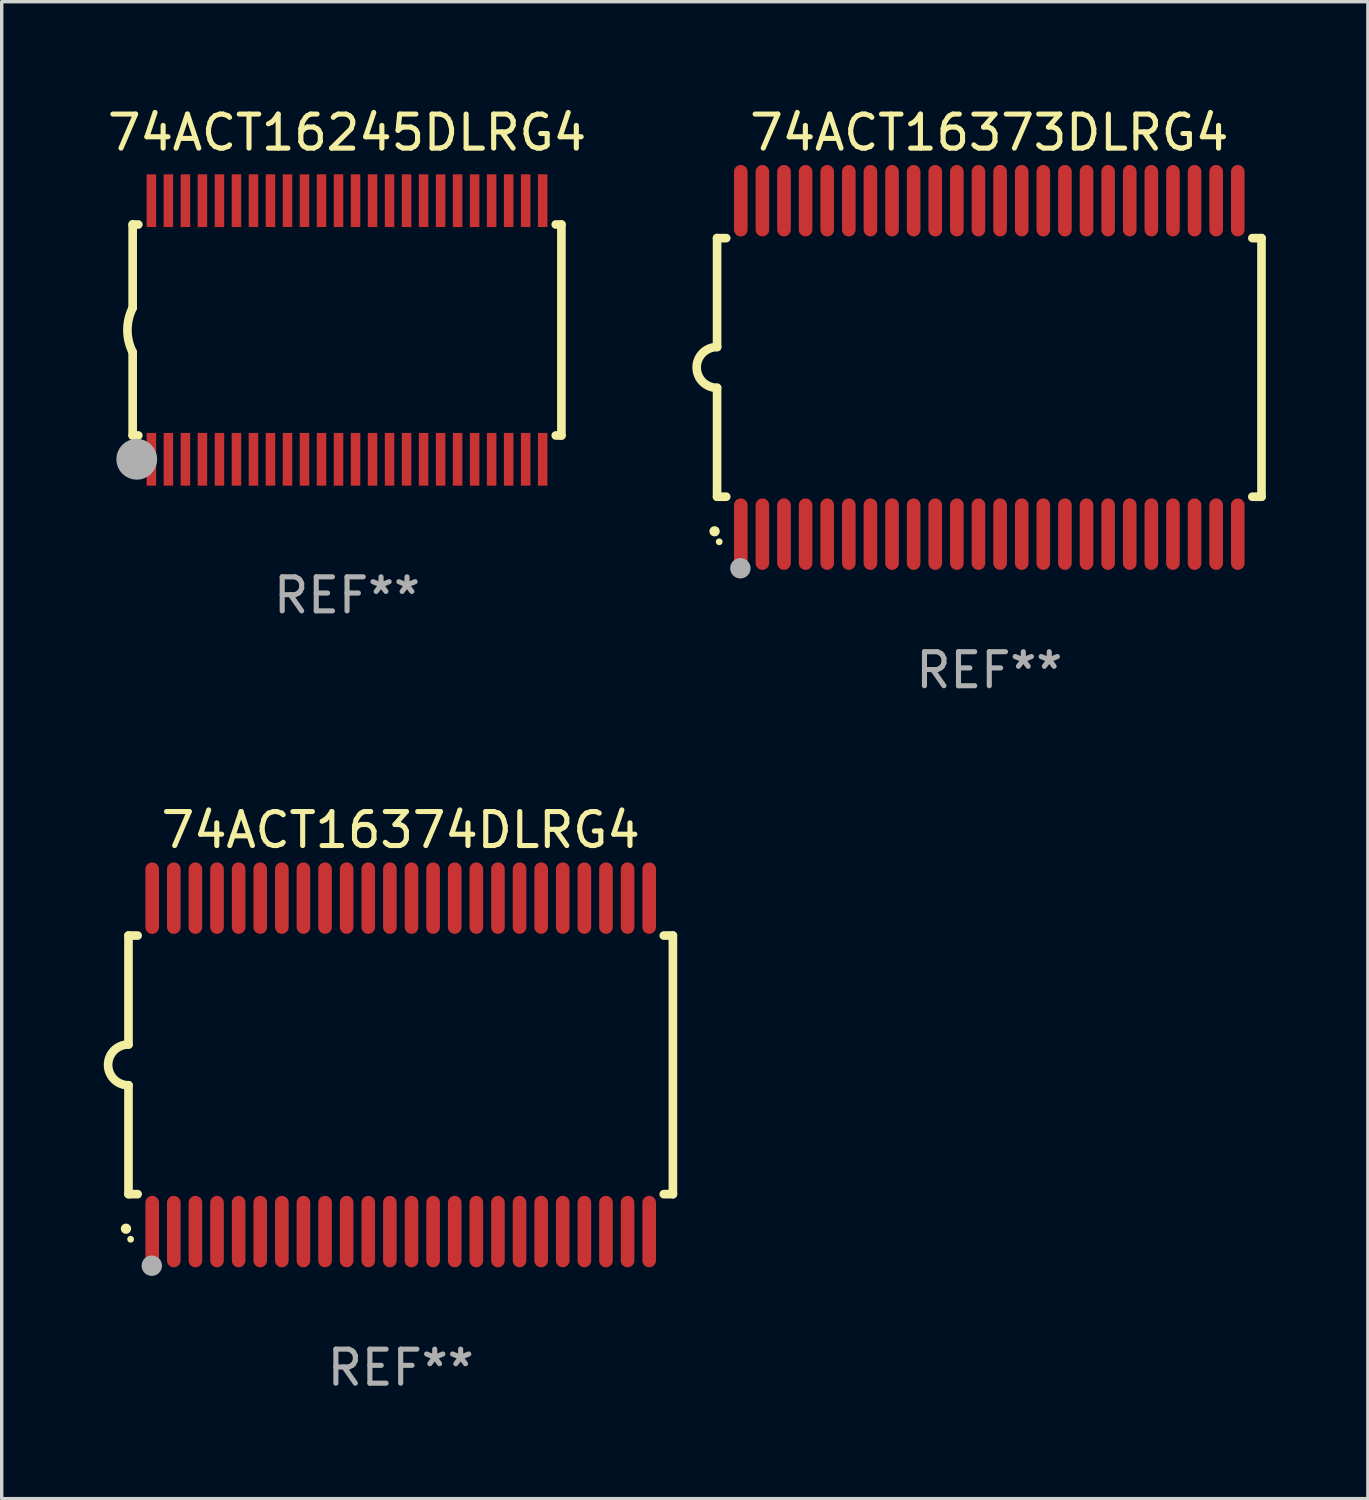
<source format=kicad_pcb>
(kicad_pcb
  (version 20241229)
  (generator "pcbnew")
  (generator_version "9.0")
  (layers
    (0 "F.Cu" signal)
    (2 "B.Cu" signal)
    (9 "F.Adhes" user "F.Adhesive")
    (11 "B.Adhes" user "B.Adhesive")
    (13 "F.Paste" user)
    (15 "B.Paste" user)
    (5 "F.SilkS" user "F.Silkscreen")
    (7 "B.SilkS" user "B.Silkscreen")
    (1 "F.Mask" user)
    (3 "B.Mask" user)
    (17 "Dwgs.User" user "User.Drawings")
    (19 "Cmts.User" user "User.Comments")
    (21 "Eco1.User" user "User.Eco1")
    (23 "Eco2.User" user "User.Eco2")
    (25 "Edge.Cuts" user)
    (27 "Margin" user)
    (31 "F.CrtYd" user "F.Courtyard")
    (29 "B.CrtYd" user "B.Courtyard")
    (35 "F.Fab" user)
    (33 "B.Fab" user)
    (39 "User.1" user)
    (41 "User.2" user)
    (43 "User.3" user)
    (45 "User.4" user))
  (footprint "74ACT16373DLRG4"
    (layer "F.Cu")
    (at 26.024 7.748)
    (property "Reference" "74ACT16373DLRG4" (at 0 -6.9 0) (layer "F.SilkS") (effects (font (size 1 1) (thickness 0.15))))
    (attr through_hole)
    (fp_line (start -8 -3.8) (end -8 -0.599) (stroke (width 0.254) (type solid)) (layer "F.SilkS"))
    (fp_line (start -8 -3.8) (end -7.731 -3.8) (stroke (width 0.254) (type solid)) (layer "F.SilkS"))
    (fp_line (start -8 3.8) (end -8 0.599) (stroke (width 0.254) (type solid)) (layer "F.SilkS"))
    (fp_line (start -7.731 3.8) (end -8 3.8) (stroke (width 0.254) (type solid)) (layer "F.SilkS"))
    (fp_line (start 7.731 -3.8) (end 8 -3.8) (stroke (width 0.254) (type solid)) (layer "F.SilkS"))
    (fp_line (start 8 -3.8) (end 8 3.8) (stroke (width 0.254) (type solid)) (layer "F.SilkS"))
    (fp_line (start 8 3.8) (end 7.731 3.8) (stroke (width 0.254) (type solid)) (layer "F.SilkS"))
    (fp_arc (start -8.074676 4.81585) (mid -8.073406 4.815845) (end -8.072136 4.81585) (stroke (width 0.3) (type solid)) (layer "F.SilkS"))
    (fp_arc (start -8.000025 0.6) (mid -8.598908 0.00056) (end -8.000027 -0.598882) (stroke (width 0.254001) (type solid)) (layer "F.SilkS"))
    (fp_circle (center -7.937 5.125) (end -7.887 5.125) (stroke (width 0.1) (type solid)) (fill no) (layer "F.SilkS"))
    (fp_circle (center -7.315 5.903) (end -7.165 5.903) (stroke (width 0.3) (type solid)) (fill no) (layer "F.Fab"))
    (fp_text user "REF**" (at 0 8.9 0) (layer "F.Fab") (effects (font (size 1 1) (thickness 0.15))))
    (pad "1" smd oval (at -7.303 4.9) (size 0.4 2.1) (layers "F.Cu" "F.Mask" "F.Paste"))
    (pad "2" smd oval (at -6.668 4.9) (size 0.4 2.1) (layers "F.Cu" "F.Mask" "F.Paste"))
    (pad "3" smd oval (at -6.033 4.9) (size 0.4 2.1) (layers "F.Cu" "F.Mask" "F.Paste"))
    (pad "4" smd oval (at -5.398 4.9) (size 0.4 2.1) (layers "F.Cu" "F.Mask" "F.Paste"))
    (pad "5" smd oval (at -4.763 4.9) (size 0.4 2.1) (layers "F.Cu" "F.Mask" "F.Paste"))
    (pad "6" smd oval (at -4.128 4.9) (size 0.4 2.1) (layers "F.Cu" "F.Mask" "F.Paste"))
    (pad "7" smd oval (at -3.493 4.9) (size 0.4 2.1) (layers "F.Cu" "F.Mask" "F.Paste"))
    (pad "8" smd oval (at -2.858 4.9) (size 0.4 2.1) (layers "F.Cu" "F.Mask" "F.Paste"))
    (pad "9" smd oval (at -2.223 4.9) (size 0.4 2.1) (layers "F.Cu" "F.Mask" "F.Paste"))
    (pad "10" smd oval (at -1.588 4.9) (size 0.4 2.1) (layers "F.Cu" "F.Mask" "F.Paste"))
    (pad "11" smd oval (at -0.953 4.9) (size 0.4 2.1) (layers "F.Cu" "F.Mask" "F.Paste"))
    (pad "12" smd oval (at -0.318 4.9) (size 0.4 2.1) (layers "F.Cu" "F.Mask" "F.Paste"))
    (pad "13" smd oval (at 0.318 4.9) (size 0.4 2.1) (layers "F.Cu" "F.Mask" "F.Paste"))
    (pad "14" smd oval (at 0.953 4.9) (size 0.4 2.1) (layers "F.Cu" "F.Mask" "F.Paste"))
    (pad "15" smd oval (at 1.588 4.9) (size 0.4 2.1) (layers "F.Cu" "F.Mask" "F.Paste"))
    (pad "16" smd oval (at 2.223 4.9) (size 0.4 2.1) (layers "F.Cu" "F.Mask" "F.Paste"))
    (pad "17" smd oval (at 2.858 4.9) (size 0.4 2.1) (layers "F.Cu" "F.Mask" "F.Paste"))
    (pad "18" smd oval (at 3.493 4.9) (size 0.4 2.1) (layers "F.Cu" "F.Mask" "F.Paste"))
    (pad "19" smd oval (at 4.128 4.9) (size 0.4 2.1) (layers "F.Cu" "F.Mask" "F.Paste"))
    (pad "20" smd oval (at 4.763 4.9) (size 0.4 2.1) (layers "F.Cu" "F.Mask" "F.Paste"))
    (pad "21" smd oval (at 5.398 4.9) (size 0.4 2.1) (layers "F.Cu" "F.Mask" "F.Paste"))
    (pad "22" smd oval (at 6.033 4.9) (size 0.4 2.1) (layers "F.Cu" "F.Mask" "F.Paste"))
    (pad "23" smd oval (at 6.668 4.9) (size 0.4 2.1) (layers "F.Cu" "F.Mask" "F.Paste"))
    (pad "24" smd oval (at 7.303 4.9) (size 0.4 2.1) (layers "F.Cu" "F.Mask" "F.Paste"))
    (pad "25" smd oval (at 7.303 -4.9 180) (size 0.4 2.1) (layers "F.Cu" "F.Mask" "F.Paste"))
    (pad "26" smd oval (at 6.668 -4.9 180) (size 0.4 2.1) (layers "F.Cu" "F.Mask" "F.Paste"))
    (pad "27" smd oval (at 6.033 -4.9 180) (size 0.4 2.1) (layers "F.Cu" "F.Mask" "F.Paste"))
    (pad "28" smd oval (at 5.398 -4.9 180) (size 0.4 2.1) (layers "F.Cu" "F.Mask" "F.Paste"))
    (pad "29" smd oval (at 4.763 -4.9 180) (size 0.4 2.1) (layers "F.Cu" "F.Mask" "F.Paste"))
    (pad "30" smd oval (at 4.128 -4.9 180) (size 0.4 2.1) (layers "F.Cu" "F.Mask" "F.Paste"))
    (pad "31" smd oval (at 3.493 -4.9 180) (size 0.4 2.1) (layers "F.Cu" "F.Mask" "F.Paste"))
    (pad "32" smd oval (at 2.858 -4.9 180) (size 0.4 2.1) (layers "F.Cu" "F.Mask" "F.Paste"))
    (pad "33" smd oval (at 2.223 -4.9 180) (size 0.4 2.1) (layers "F.Cu" "F.Mask" "F.Paste"))
    (pad "34" smd oval (at 1.588 -4.9 180) (size 0.4 2.1) (layers "F.Cu" "F.Mask" "F.Paste"))
    (pad "35" smd oval (at 0.953 -4.9 180) (size 0.4 2.1) (layers "F.Cu" "F.Mask" "F.Paste"))
    (pad "36" smd oval (at 0.318 -4.9 180) (size 0.4 2.1) (layers "F.Cu" "F.Mask" "F.Paste"))
    (pad "37" smd oval (at -0.318 -4.9 180) (size 0.4 2.1) (layers "F.Cu" "F.Mask" "F.Paste"))
    (pad "38" smd oval (at -0.953 -4.9 180) (size 0.4 2.1) (layers "F.Cu" "F.Mask" "F.Paste"))
    (pad "39" smd oval (at -1.588 -4.9 180) (size 0.4 2.1) (layers "F.Cu" "F.Mask" "F.Paste"))
    (pad "40" smd oval (at -2.223 -4.9 180) (size 0.4 2.1) (layers "F.Cu" "F.Mask" "F.Paste"))
    (pad "41" smd oval (at -2.858 -4.9 180) (size 0.4 2.1) (layers "F.Cu" "F.Mask" "F.Paste"))
    (pad "42" smd oval (at -3.493 -4.9 180) (size 0.4 2.1) (layers "F.Cu" "F.Mask" "F.Paste"))
    (pad "43" smd oval (at -4.128 -4.9 180) (size 0.4 2.1) (layers "F.Cu" "F.Mask" "F.Paste"))
    (pad "44" smd oval (at -4.763 -4.9 180) (size 0.4 2.1) (layers "F.Cu" "F.Mask" "F.Paste"))
    (pad "45" smd oval (at -5.398 -4.9 180) (size 0.4 2.1) (layers "F.Cu" "F.Mask" "F.Paste"))
    (pad "46" smd oval (at -6.033 -4.9 180) (size 0.4 2.1) (layers "F.Cu" "F.Mask" "F.Paste"))
    (pad "47" smd oval (at -6.668 -4.9 180) (size 0.4 2.1) (layers "F.Cu" "F.Mask" "F.Paste"))
    (pad "48" smd oval (at -7.303 -4.9 180) (size 0.4 2.1) (layers "F.Cu" "F.Mask" "F.Paste")))
  (footprint "74ACT16374DLRG4"
    (layer "F.Cu")
    (at 8.726 28.245)
    (property "Reference" "74ACT16374DLRG4" (at 0 -6.9 0) (layer "F.SilkS") (effects (font (size 1 1) (thickness 0.15))))
    (attr through_hole)
    (fp_line (start -8 -3.8) (end -8 -0.599) (stroke (width 0.254) (type solid)) (layer "F.SilkS"))
    (fp_line (start -8 -3.8) (end -7.731 -3.8) (stroke (width 0.254) (type solid)) (layer "F.SilkS"))
    (fp_line (start -8 3.8) (end -8 0.599) (stroke (width 0.254) (type solid)) (layer "F.SilkS"))
    (fp_line (start -7.731 3.8) (end -8 3.8) (stroke (width 0.254) (type solid)) (layer "F.SilkS"))
    (fp_line (start 7.731 -3.8) (end 8 -3.8) (stroke (width 0.254) (type solid)) (layer "F.SilkS"))
    (fp_line (start 8 -3.8) (end 8 3.8) (stroke (width 0.254) (type solid)) (layer "F.SilkS"))
    (fp_line (start 8 3.8) (end 7.731 3.8) (stroke (width 0.254) (type solid)) (layer "F.SilkS"))
    (fp_arc (start -8.074676 4.81585) (mid -8.073406 4.815845) (end -8.072136 4.81585) (stroke (width 0.3) (type solid)) (layer "F.SilkS"))
    (fp_arc (start -8.000025 0.6) (mid -8.598908 0.00056) (end -8.000027 -0.598882) (stroke (width 0.254001) (type solid)) (layer "F.SilkS"))
    (fp_circle (center -7.937 5.125) (end -7.887 5.125) (stroke (width 0.1) (type solid)) (fill no) (layer "F.SilkS"))
    (fp_circle (center -7.315 5.903) (end -7.165 5.903) (stroke (width 0.3) (type solid)) (fill no) (layer "F.Fab"))
    (fp_text user "REF**" (at 0 8.9 0) (layer "F.Fab") (effects (font (size 1 1) (thickness 0.15))))
    (pad "1" smd oval (at -7.303 4.9) (size 0.4 2.1) (layers "F.Cu" "F.Mask" "F.Paste"))
    (pad "2" smd oval (at -6.668 4.9) (size 0.4 2.1) (layers "F.Cu" "F.Mask" "F.Paste"))
    (pad "3" smd oval (at -6.033 4.9) (size 0.4 2.1) (layers "F.Cu" "F.Mask" "F.Paste"))
    (pad "4" smd oval (at -5.398 4.9) (size 0.4 2.1) (layers "F.Cu" "F.Mask" "F.Paste"))
    (pad "5" smd oval (at -4.763 4.9) (size 0.4 2.1) (layers "F.Cu" "F.Mask" "F.Paste"))
    (pad "6" smd oval (at -4.128 4.9) (size 0.4 2.1) (layers "F.Cu" "F.Mask" "F.Paste"))
    (pad "7" smd oval (at -3.493 4.9) (size 0.4 2.1) (layers "F.Cu" "F.Mask" "F.Paste"))
    (pad "8" smd oval (at -2.858 4.9) (size 0.4 2.1) (layers "F.Cu" "F.Mask" "F.Paste"))
    (pad "9" smd oval (at -2.223 4.9) (size 0.4 2.1) (layers "F.Cu" "F.Mask" "F.Paste"))
    (pad "10" smd oval (at -1.588 4.9) (size 0.4 2.1) (layers "F.Cu" "F.Mask" "F.Paste"))
    (pad "11" smd oval (at -0.953 4.9) (size 0.4 2.1) (layers "F.Cu" "F.Mask" "F.Paste"))
    (pad "12" smd oval (at -0.318 4.9) (size 0.4 2.1) (layers "F.Cu" "F.Mask" "F.Paste"))
    (pad "13" smd oval (at 0.318 4.9) (size 0.4 2.1) (layers "F.Cu" "F.Mask" "F.Paste"))
    (pad "14" smd oval (at 0.953 4.9) (size 0.4 2.1) (layers "F.Cu" "F.Mask" "F.Paste"))
    (pad "15" smd oval (at 1.588 4.9) (size 0.4 2.1) (layers "F.Cu" "F.Mask" "F.Paste"))
    (pad "16" smd oval (at 2.223 4.9) (size 0.4 2.1) (layers "F.Cu" "F.Mask" "F.Paste"))
    (pad "17" smd oval (at 2.858 4.9) (size 0.4 2.1) (layers "F.Cu" "F.Mask" "F.Paste"))
    (pad "18" smd oval (at 3.493 4.9) (size 0.4 2.1) (layers "F.Cu" "F.Mask" "F.Paste"))
    (pad "19" smd oval (at 4.128 4.9) (size 0.4 2.1) (layers "F.Cu" "F.Mask" "F.Paste"))
    (pad "20" smd oval (at 4.763 4.9) (size 0.4 2.1) (layers "F.Cu" "F.Mask" "F.Paste"))
    (pad "21" smd oval (at 5.398 4.9) (size 0.4 2.1) (layers "F.Cu" "F.Mask" "F.Paste"))
    (pad "22" smd oval (at 6.033 4.9) (size 0.4 2.1) (layers "F.Cu" "F.Mask" "F.Paste"))
    (pad "23" smd oval (at 6.668 4.9) (size 0.4 2.1) (layers "F.Cu" "F.Mask" "F.Paste"))
    (pad "24" smd oval (at 7.303 4.9) (size 0.4 2.1) (layers "F.Cu" "F.Mask" "F.Paste"))
    (pad "25" smd oval (at 7.303 -4.9 180) (size 0.4 2.1) (layers "F.Cu" "F.Mask" "F.Paste"))
    (pad "26" smd oval (at 6.668 -4.9 180) (size 0.4 2.1) (layers "F.Cu" "F.Mask" "F.Paste"))
    (pad "27" smd oval (at 6.033 -4.9 180) (size 0.4 2.1) (layers "F.Cu" "F.Mask" "F.Paste"))
    (pad "28" smd oval (at 5.398 -4.9 180) (size 0.4 2.1) (layers "F.Cu" "F.Mask" "F.Paste"))
    (pad "29" smd oval (at 4.763 -4.9 180) (size 0.4 2.1) (layers "F.Cu" "F.Mask" "F.Paste"))
    (pad "30" smd oval (at 4.128 -4.9 180) (size 0.4 2.1) (layers "F.Cu" "F.Mask" "F.Paste"))
    (pad "31" smd oval (at 3.493 -4.9 180) (size 0.4 2.1) (layers "F.Cu" "F.Mask" "F.Paste"))
    (pad "32" smd oval (at 2.858 -4.9 180) (size 0.4 2.1) (layers "F.Cu" "F.Mask" "F.Paste"))
    (pad "33" smd oval (at 2.223 -4.9 180) (size 0.4 2.1) (layers "F.Cu" "F.Mask" "F.Paste"))
    (pad "34" smd oval (at 1.588 -4.9 180) (size 0.4 2.1) (layers "F.Cu" "F.Mask" "F.Paste"))
    (pad "35" smd oval (at 0.953 -4.9 180) (size 0.4 2.1) (layers "F.Cu" "F.Mask" "F.Paste"))
    (pad "36" smd oval (at 0.318 -4.9 180) (size 0.4 2.1) (layers "F.Cu" "F.Mask" "F.Paste"))
    (pad "37" smd oval (at -0.318 -4.9 180) (size 0.4 2.1) (layers "F.Cu" "F.Mask" "F.Paste"))
    (pad "38" smd oval (at -0.953 -4.9 180) (size 0.4 2.1) (layers "F.Cu" "F.Mask" "F.Paste"))
    (pad "39" smd oval (at -1.588 -4.9 180) (size 0.4 2.1) (layers "F.Cu" "F.Mask" "F.Paste"))
    (pad "40" smd oval (at -2.223 -4.9 180) (size 0.4 2.1) (layers "F.Cu" "F.Mask" "F.Paste"))
    (pad "41" smd oval (at -2.858 -4.9 180) (size 0.4 2.1) (layers "F.Cu" "F.Mask" "F.Paste"))
    (pad "42" smd oval (at -3.493 -4.9 180) (size 0.4 2.1) (layers "F.Cu" "F.Mask" "F.Paste"))
    (pad "43" smd oval (at -4.128 -4.9 180) (size 0.4 2.1) (layers "F.Cu" "F.Mask" "F.Paste"))
    (pad "44" smd oval (at -4.763 -4.9 180) (size 0.4 2.1) (layers "F.Cu" "F.Mask" "F.Paste"))
    (pad "45" smd oval (at -5.398 -4.9 180) (size 0.4 2.1) (layers "F.Cu" "F.Mask" "F.Paste"))
    (pad "46" smd oval (at -6.033 -4.9 180) (size 0.4 2.1) (layers "F.Cu" "F.Mask" "F.Paste"))
    (pad "47" smd oval (at -6.668 -4.9 180) (size 0.4 2.1) (layers "F.Cu" "F.Mask" "F.Paste"))
    (pad "48" smd oval (at -7.303 -4.9 180) (size 0.4 2.1) (layers "F.Cu" "F.Mask" "F.Paste")))
  (footprint "74ACT16245DLRG4"
    (layer "F.Cu")
    (at 7.149 6.648)
    (property "Reference" "74ACT16245DLRG4" (at 0 -5.8 0) (layer "F.SilkS") (effects (font (size 1 1) (thickness 0.15))))
    (attr through_hole)
    (fp_line (start -6.3 -3.1) (end -6.3 -0.65) (stroke (width 0.254) (type solid)) (layer "F.SilkS"))
    (fp_line (start -6.3 -3.1) (end -6.134 -3.1) (stroke (width 0.254) (type solid)) (layer "F.SilkS"))
    (fp_line (start -6.3 3.1) (end -6.3 0.65) (stroke (width 0.254) (type solid)) (layer "F.SilkS"))
    (fp_line (start -6.3 3.1) (end -6.134 3.1) (stroke (width 0.254) (type solid)) (layer "F.SilkS"))
    (fp_line (start 6.134 -3.1) (end 6.3 -3.1) (stroke (width 0.254) (type solid)) (layer "F.SilkS"))
    (fp_line (start 6.134 3.1) (end 6.3 3.1) (stroke (width 0.254) (type solid)) (layer "F.SilkS"))
    (fp_line (start 6.3 -3.1) (end 6.3 3.1) (stroke (width 0.254) (type solid)) (layer "F.SilkS"))
    (fp_arc (start -6.301016 0.650114) (mid -6.45413 -0.000082) (end -6.3 -0.650038) (stroke (width 0.254001) (type solid)) (layer "F.SilkS"))
    (fp_circle (center -6.35 3.81) (end -6.223 3.81) (stroke (width 0.254) (type solid)) (fill no) (layer "F.SilkS"))
    (fp_circle (center -6.25 4.05) (end -6.22 4.05) (stroke (width 0.06) (type solid)) (fill no) (layer "F.SilkS"))
    (fp_circle (center -6.18 3.8) (end -5.88 3.8) (stroke (width 0.6) (type solid)) (fill no) (layer "F.Fab"))
    (fp_text user "REF**" (at 0 7.8 0) (layer "F.Fab") (effects (font (size 1 1) (thickness 0.15))))
    (pad "1" smd rect (at -5.75 3.8) (size 0.28 1.55) (layers "F.Cu" "F.Mask" "F.Paste"))
    (pad "2" smd rect (at -5.25 3.8) (size 0.28 1.55) (layers "F.Cu" "F.Mask" "F.Paste"))
    (pad "3" smd rect (at -4.75 3.8) (size 0.28 1.55) (layers "F.Cu" "F.Mask" "F.Paste"))
    (pad "4" smd rect (at -4.25 3.8) (size 0.28 1.55) (layers "F.Cu" "F.Mask" "F.Paste"))
    (pad "5" smd rect (at -3.75 3.8) (size 0.28 1.55) (layers "F.Cu" "F.Mask" "F.Paste"))
    (pad "6" smd rect (at -3.25 3.8) (size 0.28 1.55) (layers "F.Cu" "F.Mask" "F.Paste"))
    (pad "7" smd rect (at -2.75 3.8) (size 0.28 1.55) (layers "F.Cu" "F.Mask" "F.Paste"))
    (pad "8" smd rect (at -2.25 3.8) (size 0.28 1.55) (layers "F.Cu" "F.Mask" "F.Paste"))
    (pad "9" smd rect (at -1.75 3.8) (size 0.28 1.55) (layers "F.Cu" "F.Mask" "F.Paste"))
    (pad "10" smd rect (at -1.25 3.8) (size 0.28 1.55) (layers "F.Cu" "F.Mask" "F.Paste"))
    (pad "11" smd rect (at -0.75 3.8) (size 0.28 1.55) (layers "F.Cu" "F.Mask" "F.Paste"))
    (pad "12" smd rect (at -0.25 3.8) (size 0.28 1.55) (layers "F.Cu" "F.Mask" "F.Paste"))
    (pad "13" smd rect (at 0.25 3.8) (size 0.28 1.55) (layers "F.Cu" "F.Mask" "F.Paste"))
    (pad "14" smd rect (at 0.75 3.8) (size 0.28 1.55) (layers "F.Cu" "F.Mask" "F.Paste"))
    (pad "15" smd rect (at 1.25 3.8) (size 0.28 1.55) (layers "F.Cu" "F.Mask" "F.Paste"))
    (pad "16" smd rect (at 1.75 3.8) (size 0.28 1.55) (layers "F.Cu" "F.Mask" "F.Paste"))
    (pad "17" smd rect (at 2.25 3.8) (size 0.28 1.55) (layers "F.Cu" "F.Mask" "F.Paste"))
    (pad "18" smd rect (at 2.75 3.8) (size 0.28 1.55) (layers "F.Cu" "F.Mask" "F.Paste"))
    (pad "19" smd rect (at 3.25 3.8) (size 0.28 1.55) (layers "F.Cu" "F.Mask" "F.Paste"))
    (pad "20" smd rect (at 3.75 3.8) (size 0.28 1.55) (layers "F.Cu" "F.Mask" "F.Paste"))
    (pad "21" smd rect (at 4.25 3.8) (size 0.28 1.55) (layers "F.Cu" "F.Mask" "F.Paste"))
    (pad "22" smd rect (at 4.75 3.8) (size 0.28 1.55) (layers "F.Cu" "F.Mask" "F.Paste"))
    (pad "23" smd rect (at 5.25 3.8) (size 0.28 1.55) (layers "F.Cu" "F.Mask" "F.Paste"))
    (pad "24" smd rect (at 5.75 3.8) (size 0.28 1.55) (layers "F.Cu" "F.Mask" "F.Paste"))
    (pad "25" smd rect (at 5.75 -3.8) (size 0.28 1.55) (layers "F.Cu" "F.Mask" "F.Paste"))
    (pad "26" smd rect (at 5.25 -3.8) (size 0.28 1.55) (layers "F.Cu" "F.Mask" "F.Paste"))
    (pad "27" smd rect (at 4.75 -3.8) (size 0.28 1.55) (layers "F.Cu" "F.Mask" "F.Paste"))
    (pad "28" smd rect (at 4.25 -3.8) (size 0.28 1.55) (layers "F.Cu" "F.Mask" "F.Paste"))
    (pad "29" smd rect (at 3.75 -3.8) (size 0.28 1.55) (layers "F.Cu" "F.Mask" "F.Paste"))
    (pad "30" smd rect (at 3.25 -3.8) (size 0.28 1.55) (layers "F.Cu" "F.Mask" "F.Paste"))
    (pad "31" smd rect (at 2.75 -3.8) (size 0.28 1.55) (layers "F.Cu" "F.Mask" "F.Paste"))
    (pad "32" smd rect (at 2.25 -3.8) (size 0.28 1.55) (layers "F.Cu" "F.Mask" "F.Paste"))
    (pad "33" smd rect (at 1.75 -3.8) (size 0.28 1.55) (layers "F.Cu" "F.Mask" "F.Paste"))
    (pad "34" smd rect (at 1.25 -3.8) (size 0.28 1.55) (layers "F.Cu" "F.Mask" "F.Paste"))
    (pad "35" smd rect (at 0.75 -3.8) (size 0.28 1.55) (layers "F.Cu" "F.Mask" "F.Paste"))
    (pad "36" smd rect (at 0.25 -3.8) (size 0.28 1.55) (layers "F.Cu" "F.Mask" "F.Paste"))
    (pad "37" smd rect (at -0.25 -3.8) (size 0.28 1.55) (layers "F.Cu" "F.Mask" "F.Paste"))
    (pad "38" smd rect (at -0.75 -3.8) (size 0.28 1.55) (layers "F.Cu" "F.Mask" "F.Paste"))
    (pad "39" smd rect (at -1.25 -3.8) (size 0.28 1.55) (layers "F.Cu" "F.Mask" "F.Paste"))
    (pad "40" smd rect (at -1.75 -3.8) (size 0.28 1.55) (layers "F.Cu" "F.Mask" "F.Paste"))
    (pad "41" smd rect (at -2.25 -3.8) (size 0.28 1.55) (layers "F.Cu" "F.Mask" "F.Paste"))
    (pad "42" smd rect (at -2.75 -3.8) (size 0.28 1.55) (layers "F.Cu" "F.Mask" "F.Paste"))
    (pad "43" smd rect (at -3.25 -3.8) (size 0.28 1.55) (layers "F.Cu" "F.Mask" "F.Paste"))
    (pad "44" smd rect (at -3.75 -3.8) (size 0.28 1.55) (layers "F.Cu" "F.Mask" "F.Paste"))
    (pad "45" smd rect (at -4.25 -3.8) (size 0.28 1.55) (layers "F.Cu" "F.Mask" "F.Paste"))
    (pad "46" smd rect (at -4.75 -3.8) (size 0.28 1.55) (layers "F.Cu" "F.Mask" "F.Paste"))
    (pad "47" smd rect (at -5.25 -3.8) (size 0.28 1.55) (layers "F.Cu" "F.Mask" "F.Paste"))
    (pad "48" smd rect (at -5.75 -3.8) (size 0.28 1.55) (layers "F.Cu" "F.Mask" "F.Paste")))
  (gr_rect
    (start -3 -3)
    (end 37.151 40.993)
    (stroke (width 0.1) (type default))
    (fill no)
    (layer "Edge.Cuts")))
</source>
